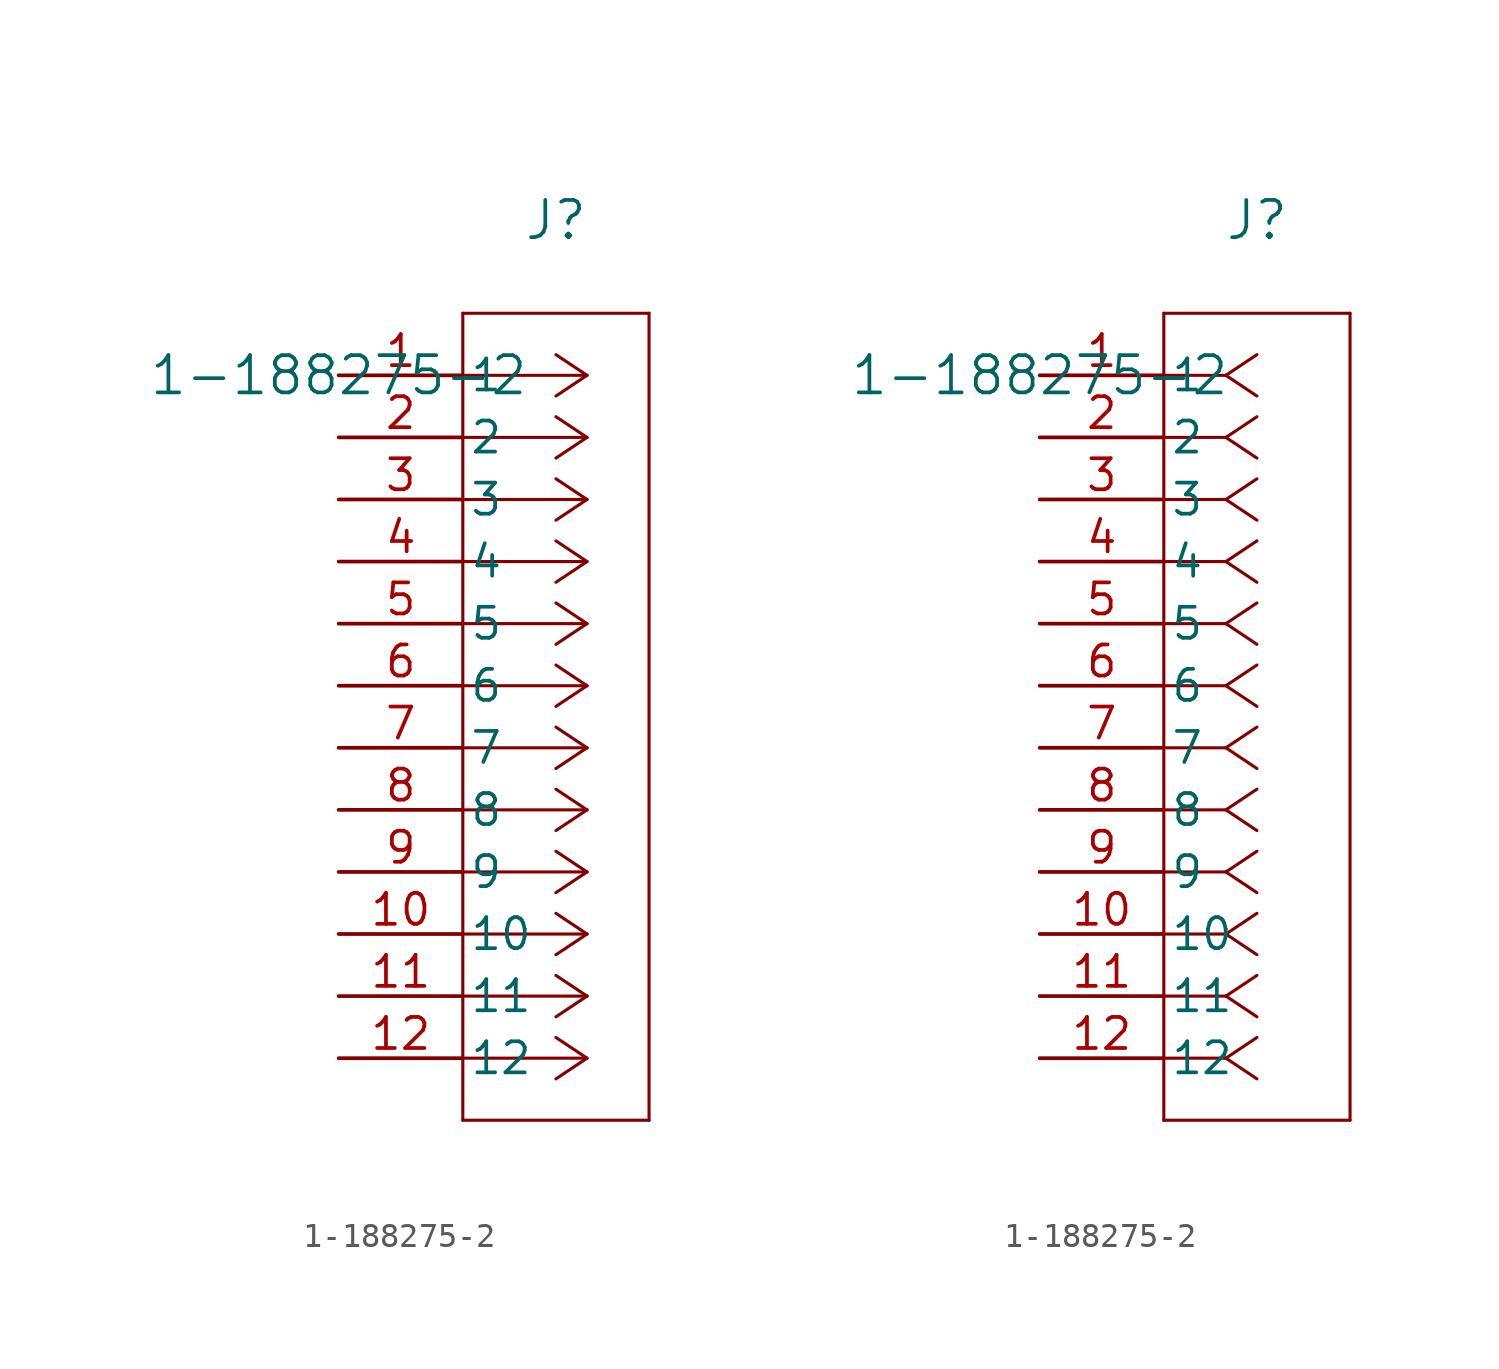
<source format=kicad_sym>
(kicad_symbol_lib
  (version 20211014)
  (generator kicad_symbol_editor)
  (symbol "1-188275-2"
    (pin_names
      (offset 0.254))
    (property "Reference" "J"
      (at 8.89 6.35 0)
      (effects (font (size 1.524 1.524))))
    (property "Value" "1-188275-2"
      (at 0 0 0)
      (effects (font (size 1.524 1.524))))
    (symbol "1-188275-2_1_1"
      (polyline (pts (xy 10.16 0) (xy 5.08 0)) (stroke (width 0.127) (type default) (color 0 0 0 0)) (fill (type none)))
      (polyline (pts (xy 10.16 -2.54) (xy 5.08 -2.54)) (stroke (width 0.127) (type default) (color 0 0 0 0)) (fill (type none)))
      (polyline (pts (xy 10.16 -5.08) (xy 5.08 -5.08)) (stroke (width 0.127) (type default) (color 0 0 0 0)) (fill (type none)))
      (polyline (pts (xy 10.16 -7.62) (xy 5.08 -7.62)) (stroke (width 0.127) (type default) (color 0 0 0 0)) (fill (type none)))
      (polyline (pts (xy 10.16 -10.16) (xy 5.08 -10.16)) (stroke (width 0.127) (type default) (color 0 0 0 0)) (fill (type none)))
      (polyline (pts (xy 10.16 -12.7) (xy 5.08 -12.7)) (stroke (width 0.127) (type default) (color 0 0 0 0)) (fill (type none)))
      (polyline (pts (xy 10.16 -15.24) (xy 5.08 -15.24)) (stroke (width 0.127) (type default) (color 0 0 0 0)) (fill (type none)))
      (polyline (pts (xy 10.16 -17.78) (xy 5.08 -17.78)) (stroke (width 0.127) (type default) (color 0 0 0 0)) (fill (type none)))
      (polyline (pts (xy 10.16 -20.32) (xy 5.08 -20.32)) (stroke (width 0.127) (type default) (color 0 0 0 0)) (fill (type none)))
      (polyline (pts (xy 10.16 -22.86) (xy 5.08 -22.86)) (stroke (width 0.127) (type default) (color 0 0 0 0)) (fill (type none)))
      (polyline (pts (xy 10.16 -25.4) (xy 5.08 -25.4)) (stroke (width 0.127) (type default) (color 0 0 0 0)) (fill (type none)))
      (polyline (pts (xy 10.16 -27.94) (xy 5.08 -27.94)) (stroke (width 0.127) (type default) (color 0 0 0 0)) (fill (type none)))
      (polyline (pts (xy 10.16 0) (xy 8.89 0.847)) (stroke (width 0.127) (type default) (color 0 0 0 0)) (fill (type none)))
      (polyline (pts (xy 10.16 -2.54) (xy 8.89 -1.693)) (stroke (width 0.127) (type default) (color 0 0 0 0)) (fill (type none)))
      (polyline (pts (xy 10.16 -5.08) (xy 8.89 -4.233)) (stroke (width 0.127) (type default) (color 0 0 0 0)) (fill (type none)))
      (polyline (pts (xy 10.16 -7.62) (xy 8.89 -6.773)) (stroke (width 0.127) (type default) (color 0 0 0 0)) (fill (type none)))
      (polyline (pts (xy 10.16 -10.16) (xy 8.89 -9.313)) (stroke (width 0.127) (type default) (color 0 0 0 0)) (fill (type none)))
      (polyline (pts (xy 10.16 -12.7) (xy 8.89 -11.853)) (stroke (width 0.127) (type default) (color 0 0 0 0)) (fill (type none)))
      (polyline (pts (xy 10.16 -15.24) (xy 8.89 -14.393)) (stroke (width 0.127) (type default) (color 0 0 0 0)) (fill (type none)))
      (polyline (pts (xy 10.16 -17.78) (xy 8.89 -16.933)) (stroke (width 0.127) (type default) (color 0 0 0 0)) (fill (type none)))
      (polyline (pts (xy 10.16 -20.32) (xy 8.89 -19.473)) (stroke (width 0.127) (type default) (color 0 0 0 0)) (fill (type none)))
      (polyline (pts (xy 10.16 -22.86) (xy 8.89 -22.013)) (stroke (width 0.127) (type default) (color 0 0 0 0)) (fill (type none)))
      (polyline (pts (xy 10.16 -25.4) (xy 8.89 -24.553)) (stroke (width 0.127) (type default) (color 0 0 0 0)) (fill (type none)))
      (polyline (pts (xy 10.16 -27.94) (xy 8.89 -27.093)) (stroke (width 0.127) (type default) (color 0 0 0 0)) (fill (type none)))
      (polyline (pts (xy 10.16 0) (xy 8.89 -0.847)) (stroke (width 0.127) (type default) (color 0 0 0 0)) (fill (type none)))
      (polyline (pts (xy 10.16 -2.54) (xy 8.89 -3.387)) (stroke (width 0.127) (type default) (color 0 0 0 0)) (fill (type none)))
      (polyline (pts (xy 10.16 -5.08) (xy 8.89 -5.927)) (stroke (width 0.127) (type default) (color 0 0 0 0)) (fill (type none)))
      (polyline (pts (xy 10.16 -7.62) (xy 8.89 -8.467)) (stroke (width 0.127) (type default) (color 0 0 0 0)) (fill (type none)))
      (polyline (pts (xy 10.16 -10.16) (xy 8.89 -11.007)) (stroke (width 0.127) (type default) (color 0 0 0 0)) (fill (type none)))
      (polyline (pts (xy 10.16 -12.7) (xy 8.89 -13.547)) (stroke (width 0.127) (type default) (color 0 0 0 0)) (fill (type none)))
      (polyline (pts (xy 10.16 -15.24) (xy 8.89 -16.087)) (stroke (width 0.127) (type default) (color 0 0 0 0)) (fill (type none)))
      (polyline (pts (xy 10.16 -17.78) (xy 8.89 -18.627)) (stroke (width 0.127) (type default) (color 0 0 0 0)) (fill (type none)))
      (polyline (pts (xy 10.16 -20.32) (xy 8.89 -21.167)) (stroke (width 0.127) (type default) (color 0 0 0 0)) (fill (type none)))
      (polyline (pts (xy 10.16 -22.86) (xy 8.89 -23.707)) (stroke (width 0.127) (type default) (color 0 0 0 0)) (fill (type none)))
      (polyline (pts (xy 10.16 -25.4) (xy 8.89 -26.247)) (stroke (width 0.127) (type default) (color 0 0 0 0)) (fill (type none)))
      (polyline (pts (xy 10.16 -27.94) (xy 8.89 -28.787)) (stroke (width 0.127) (type default) (color 0 0 0 0)) (fill (type none)))
      (polyline (pts (xy 5.08 2.54) (xy 5.08 -30.48)) (stroke (width 0.127) (type default) (color 0 0 0 0)) (fill (type none)))
      (polyline (pts (xy 5.08 -30.48) (xy 12.7 -30.48)) (stroke (width 0.127) (type default) (color 0 0 0 0)) (fill (type none)))
      (polyline (pts (xy 12.7 -30.48) (xy 12.7 2.54)) (stroke (width 0.127) (type default) (color 0 0 0 0)) (fill (type none)))
      (polyline (pts (xy 12.7 2.54) (xy 5.08 2.54)) (stroke (width 0.127) (type default) (color 0 0 0 0)) (fill (type none)))
      (pin unspecified line (at 0 0 0) (length 5.08) (name "1" (effects (font (size 1.27 1.27)))) (number "1" (effects (font (size 1.27 1.27)))))
      (pin unspecified line (at 0 -2.54 0) (length 5.08) (name "2" (effects (font (size 1.27 1.27)))) (number "2" (effects (font (size 1.27 1.27)))))
      (pin unspecified line (at 0 -5.08 0) (length 5.08) (name "3" (effects (font (size 1.27 1.27)))) (number "3" (effects (font (size 1.27 1.27)))))
      (pin unspecified line (at 0 -7.62 0) (length 5.08) (name "4" (effects (font (size 1.27 1.27)))) (number "4" (effects (font (size 1.27 1.27)))))
      (pin unspecified line (at 0 -10.16 0) (length 5.08) (name "5" (effects (font (size 1.27 1.27)))) (number "5" (effects (font (size 1.27 1.27)))))
      (pin unspecified line (at 0 -12.7 0) (length 5.08) (name "6" (effects (font (size 1.27 1.27)))) (number "6" (effects (font (size 1.27 1.27)))))
      (pin unspecified line (at 0 -15.24 0) (length 5.08) (name "7" (effects (font (size 1.27 1.27)))) (number "7" (effects (font (size 1.27 1.27)))))
      (pin unspecified line (at 0 -17.78 0) (length 5.08) (name "8" (effects (font (size 1.27 1.27)))) (number "8" (effects (font (size 1.27 1.27)))))
      (pin unspecified line (at 0 -20.32 0) (length 5.08) (name "9" (effects (font (size 1.27 1.27)))) (number "9" (effects (font (size 1.27 1.27)))))
      (pin unspecified line (at 0 -22.86 0) (length 5.08) (name "10" (effects (font (size 1.27 1.27)))) (number "10" (effects (font (size 1.27 1.27)))))
      (pin unspecified line (at 0 -25.4 0) (length 5.08) (name "11" (effects (font (size 1.27 1.27)))) (number "11" (effects (font (size 1.27 1.27)))))
      (pin unspecified line (at 0 -27.94 0) (length 5.08) (name "12" (effects (font (size 1.27 1.27)))) (number "12" (effects (font (size 1.27 1.27))))))
    (symbol "1-188275-2_1_2"
      (polyline (pts (xy 7.62 0) (xy 5.08 0)) (stroke (width 0.127) (type default) (color 0 0 0 0)) (fill (type none)))
      (polyline (pts (xy 7.62 -2.54) (xy 5.08 -2.54)) (stroke (width 0.127) (type default) (color 0 0 0 0)) (fill (type none)))
      (polyline (pts (xy 7.62 -5.08) (xy 5.08 -5.08)) (stroke (width 0.127) (type default) (color 0 0 0 0)) (fill (type none)))
      (polyline (pts (xy 7.62 -7.62) (xy 5.08 -7.62)) (stroke (width 0.127) (type default) (color 0 0 0 0)) (fill (type none)))
      (polyline (pts (xy 7.62 -10.16) (xy 5.08 -10.16)) (stroke (width 0.127) (type default) (color 0 0 0 0)) (fill (type none)))
      (polyline (pts (xy 7.62 -12.7) (xy 5.08 -12.7)) (stroke (width 0.127) (type default) (color 0 0 0 0)) (fill (type none)))
      (polyline (pts (xy 7.62 -15.24) (xy 5.08 -15.24)) (stroke (width 0.127) (type default) (color 0 0 0 0)) (fill (type none)))
      (polyline (pts (xy 7.62 -17.78) (xy 5.08 -17.78)) (stroke (width 0.127) (type default) (color 0 0 0 0)) (fill (type none)))
      (polyline (pts (xy 7.62 -20.32) (xy 5.08 -20.32)) (stroke (width 0.127) (type default) (color 0 0 0 0)) (fill (type none)))
      (polyline (pts (xy 7.62 -22.86) (xy 5.08 -22.86)) (stroke (width 0.127) (type default) (color 0 0 0 0)) (fill (type none)))
      (polyline (pts (xy 7.62 -25.4) (xy 5.08 -25.4)) (stroke (width 0.127) (type default) (color 0 0 0 0)) (fill (type none)))
      (polyline (pts (xy 7.62 -27.94) (xy 5.08 -27.94)) (stroke (width 0.127) (type default) (color 0 0 0 0)) (fill (type none)))
      (polyline (pts (xy 7.62 0) (xy 8.89 0.847)) (stroke (width 0.127) (type default) (color 0 0 0 0)) (fill (type none)))
      (polyline (pts (xy 7.62 -2.54) (xy 8.89 -1.693)) (stroke (width 0.127) (type default) (color 0 0 0 0)) (fill (type none)))
      (polyline (pts (xy 7.62 -5.08) (xy 8.89 -4.233)) (stroke (width 0.127) (type default) (color 0 0 0 0)) (fill (type none)))
      (polyline (pts (xy 7.62 -7.62) (xy 8.89 -6.773)) (stroke (width 0.127) (type default) (color 0 0 0 0)) (fill (type none)))
      (polyline (pts (xy 7.62 -10.16) (xy 8.89 -9.313)) (stroke (width 0.127) (type default) (color 0 0 0 0)) (fill (type none)))
      (polyline (pts (xy 7.62 -12.7) (xy 8.89 -11.853)) (stroke (width 0.127) (type default) (color 0 0 0 0)) (fill (type none)))
      (polyline (pts (xy 7.62 -15.24) (xy 8.89 -14.393)) (stroke (width 0.127) (type default) (color 0 0 0 0)) (fill (type none)))
      (polyline (pts (xy 7.62 -17.78) (xy 8.89 -16.933)) (stroke (width 0.127) (type default) (color 0 0 0 0)) (fill (type none)))
      (polyline (pts (xy 7.62 -20.32) (xy 8.89 -19.473)) (stroke (width 0.127) (type default) (color 0 0 0 0)) (fill (type none)))
      (polyline (pts (xy 7.62 -22.86) (xy 8.89 -22.013)) (stroke (width 0.127) (type default) (color 0 0 0 0)) (fill (type none)))
      (polyline (pts (xy 7.62 -25.4) (xy 8.89 -24.553)) (stroke (width 0.127) (type default) (color 0 0 0 0)) (fill (type none)))
      (polyline (pts (xy 7.62 -27.94) (xy 8.89 -27.093)) (stroke (width 0.127) (type default) (color 0 0 0 0)) (fill (type none)))
      (polyline (pts (xy 7.62 0) (xy 8.89 -0.847)) (stroke (width 0.127) (type default) (color 0 0 0 0)) (fill (type none)))
      (polyline (pts (xy 7.62 -2.54) (xy 8.89 -3.387)) (stroke (width 0.127) (type default) (color 0 0 0 0)) (fill (type none)))
      (polyline (pts (xy 7.62 -5.08) (xy 8.89 -5.927)) (stroke (width 0.127) (type default) (color 0 0 0 0)) (fill (type none)))
      (polyline (pts (xy 7.62 -7.62) (xy 8.89 -8.467)) (stroke (width 0.127) (type default) (color 0 0 0 0)) (fill (type none)))
      (polyline (pts (xy 7.62 -10.16) (xy 8.89 -11.007)) (stroke (width 0.127) (type default) (color 0 0 0 0)) (fill (type none)))
      (polyline (pts (xy 7.62 -12.7) (xy 8.89 -13.547)) (stroke (width 0.127) (type default) (color 0 0 0 0)) (fill (type none)))
      (polyline (pts (xy 7.62 -15.24) (xy 8.89 -16.087)) (stroke (width 0.127) (type default) (color 0 0 0 0)) (fill (type none)))
      (polyline (pts (xy 7.62 -17.78) (xy 8.89 -18.627)) (stroke (width 0.127) (type default) (color 0 0 0 0)) (fill (type none)))
      (polyline (pts (xy 7.62 -20.32) (xy 8.89 -21.167)) (stroke (width 0.127) (type default) (color 0 0 0 0)) (fill (type none)))
      (polyline (pts (xy 7.62 -22.86) (xy 8.89 -23.707)) (stroke (width 0.127) (type default) (color 0 0 0 0)) (fill (type none)))
      (polyline (pts (xy 7.62 -25.4) (xy 8.89 -26.247)) (stroke (width 0.127) (type default) (color 0 0 0 0)) (fill (type none)))
      (polyline (pts (xy 7.62 -27.94) (xy 8.89 -28.787)) (stroke (width 0.127) (type default) (color 0 0 0 0)) (fill (type none)))
      (polyline (pts (xy 5.08 2.54) (xy 5.08 -30.48)) (stroke (width 0.127) (type default) (color 0 0 0 0)) (fill (type none)))
      (polyline (pts (xy 5.08 -30.48) (xy 12.7 -30.48)) (stroke (width 0.127) (type default) (color 0 0 0 0)) (fill (type none)))
      (polyline (pts (xy 12.7 -30.48) (xy 12.7 2.54)) (stroke (width 0.127) (type default) (color 0 0 0 0)) (fill (type none)))
      (polyline (pts (xy 12.7 2.54) (xy 5.08 2.54)) (stroke (width 0.127) (type default) (color 0 0 0 0)) (fill (type none)))
      (pin unspecified line (at 0 0 0) (length 5.08) (name "1" (effects (font (size 1.27 1.27)))) (number "1" (effects (font (size 1.27 1.27)))))
      (pin unspecified line (at 0 -2.54 0) (length 5.08) (name "2" (effects (font (size 1.27 1.27)))) (number "2" (effects (font (size 1.27 1.27)))))
      (pin unspecified line (at 0 -5.08 0) (length 5.08) (name "3" (effects (font (size 1.27 1.27)))) (number "3" (effects (font (size 1.27 1.27)))))
      (pin unspecified line (at 0 -7.62 0) (length 5.08) (name "4" (effects (font (size 1.27 1.27)))) (number "4" (effects (font (size 1.27 1.27)))))
      (pin unspecified line (at 0 -10.16 0) (length 5.08) (name "5" (effects (font (size 1.27 1.27)))) (number "5" (effects (font (size 1.27 1.27)))))
      (pin unspecified line (at 0 -12.7 0) (length 5.08) (name "6" (effects (font (size 1.27 1.27)))) (number "6" (effects (font (size 1.27 1.27)))))
      (pin unspecified line (at 0 -15.24 0) (length 5.08) (name "7" (effects (font (size 1.27 1.27)))) (number "7" (effects (font (size 1.27 1.27)))))
      (pin unspecified line (at 0 -17.78 0) (length 5.08) (name "8" (effects (font (size 1.27 1.27)))) (number "8" (effects (font (size 1.27 1.27)))))
      (pin unspecified line (at 0 -20.32 0) (length 5.08) (name "9" (effects (font (size 1.27 1.27)))) (number "9" (effects (font (size 1.27 1.27)))))
      (pin unspecified line (at 0 -22.86 0) (length 5.08) (name "10" (effects (font (size 1.27 1.27)))) (number "10" (effects (font (size 1.27 1.27)))))
      (pin unspecified line (at 0 -25.4 0) (length 5.08) (name "11" (effects (font (size 1.27 1.27)))) (number "11" (effects (font (size 1.27 1.27)))))
      (pin unspecified line (at 0 -27.94 0) (length 5.08) (name "12" (effects (font (size 1.27 1.27)))) (number "12" (effects (font (size 1.27 1.27))))))))
</source>
